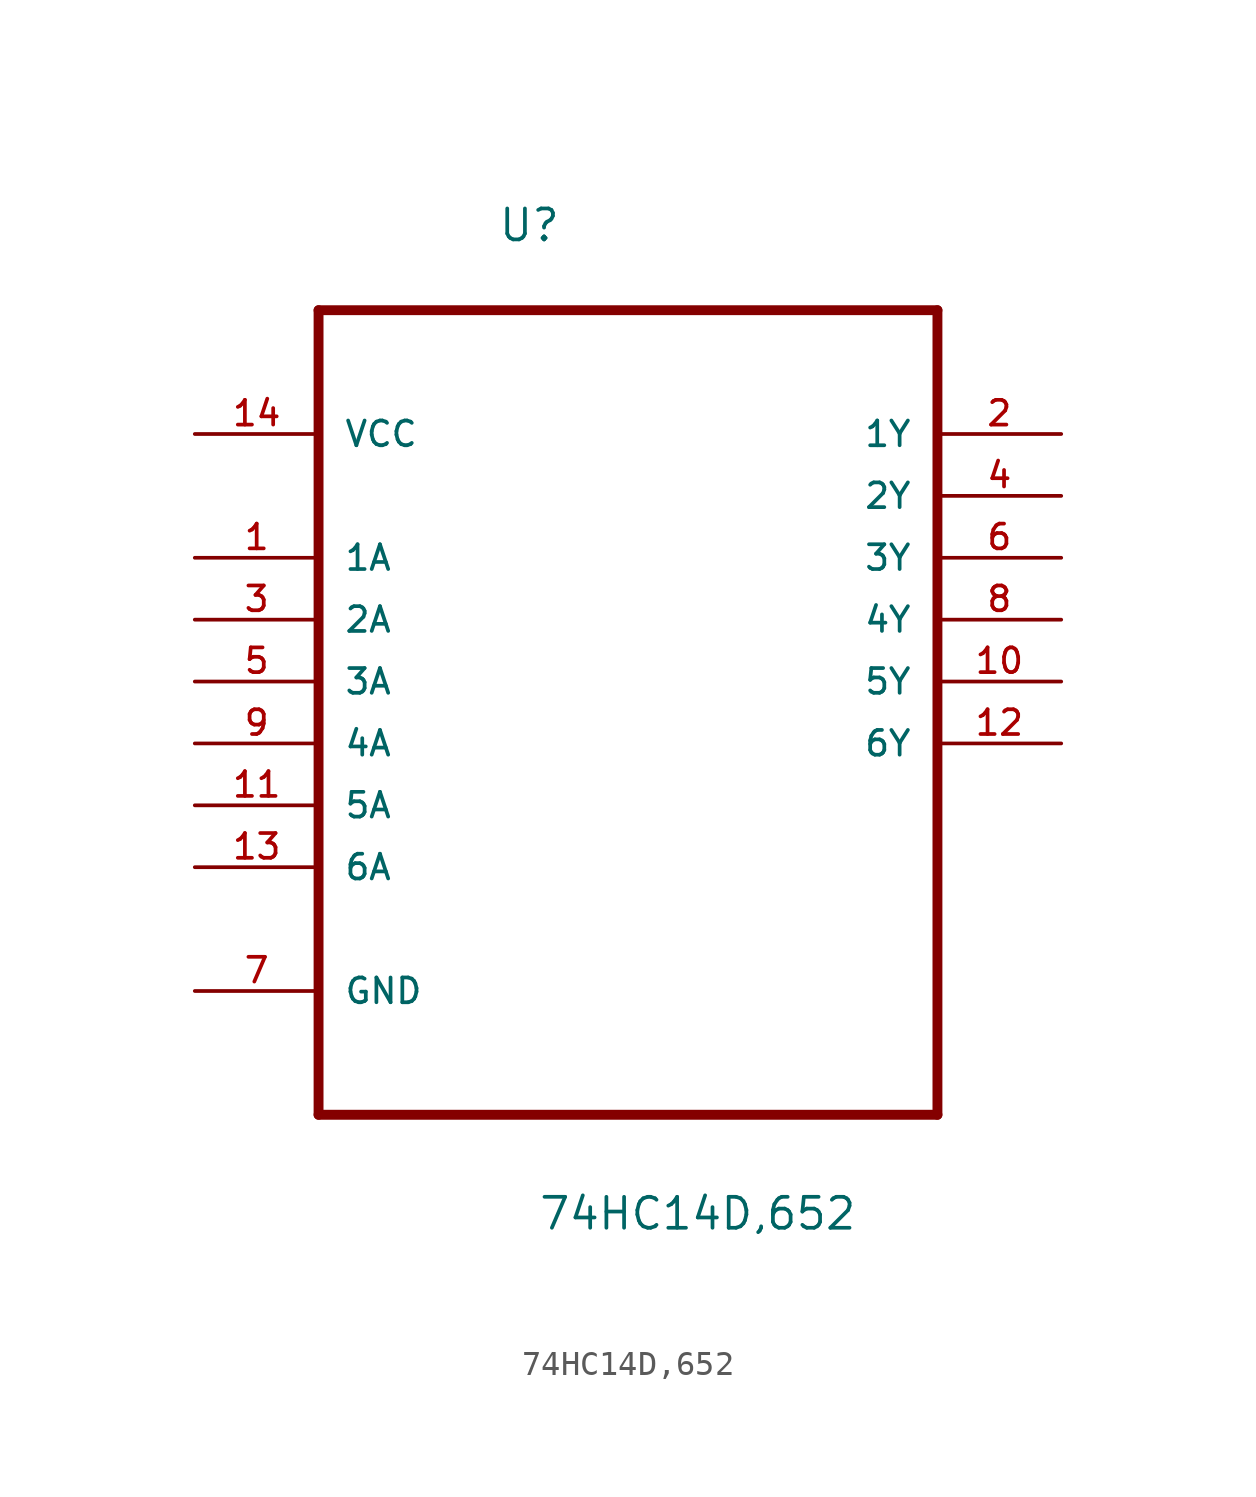
<source format=kicad_sym>
(kicad_symbol_lib
  (version 20220914)
  (generator kicad_symbol_editor)
  (symbol "74HC14D,652"
    (pin_names
      (offset 1.016))
    (property "Reference" "U"
      (at -5.359 15.443 0)
      (effects (font (size 1.27 1.27)) (justify left bottom)))
    (property "Value" "74HC14D,652"
      (at -3.708 -25.121 0)
      (effects (font (size 1.27 1.27)) (justify left bottom)))
    (property "ki_locked" ""
      (at 0 0 0)
      (effects (font (size 1.27 1.27))))
    (symbol "74HC14D,652_0_0"
      (polyline (pts (xy -12.7 -20.32) (xy 12.7 -20.32)) (stroke (width 0.406) (type solid)) (fill (type none)))
      (polyline (pts (xy -12.7 12.7) (xy -12.7 -20.32)) (stroke (width 0.406) (type solid)) (fill (type none)))
      (polyline (pts (xy 12.7 -20.32) (xy 12.7 12.7)) (stroke (width 0.406) (type solid)) (fill (type none)))
      (polyline (pts (xy 12.7 12.7) (xy -12.7 12.7)) (stroke (width 0.406) (type solid)) (fill (type none)))
      (pin input line (at -17.78 2.54 0) (length 5.08) (name "1A" (effects (font (size 1.016 1.016)))) (number "1" (effects (font (size 1.016 1.016)))))
      (pin output line (at 17.78 -2.54 180) (length 5.08) (name "5Y" (effects (font (size 1.016 1.016)))) (number "10" (effects (font (size 1.016 1.016)))))
      (pin input line (at -17.78 -7.62 0) (length 5.08) (name "5A" (effects (font (size 1.016 1.016)))) (number "11" (effects (font (size 1.016 1.016)))))
      (pin output line (at 17.78 -5.08 180) (length 5.08) (name "6Y" (effects (font (size 1.016 1.016)))) (number "12" (effects (font (size 1.016 1.016)))))
      (pin input line (at -17.78 -10.16 0) (length 5.08) (name "6A" (effects (font (size 1.016 1.016)))) (number "13" (effects (font (size 1.016 1.016)))))
      (pin power_in line (at -17.78 7.62 0) (length 5.08) (name "VCC" (effects (font (size 1.016 1.016)))) (number "14" (effects (font (size 1.016 1.016)))))
      (pin output line (at 17.78 7.62 180) (length 5.08) (name "1Y" (effects (font (size 1.016 1.016)))) (number "2" (effects (font (size 1.016 1.016)))))
      (pin input line (at -17.78 0 0) (length 5.08) (name "2A" (effects (font (size 1.016 1.016)))) (number "3" (effects (font (size 1.016 1.016)))))
      (pin output line (at 17.78 5.08 180) (length 5.08) (name "2Y" (effects (font (size 1.016 1.016)))) (number "4" (effects (font (size 1.016 1.016)))))
      (pin input line (at -17.78 -2.54 0) (length 5.08) (name "3A" (effects (font (size 1.016 1.016)))) (number "5" (effects (font (size 1.016 1.016)))))
      (pin output line (at 17.78 2.54 180) (length 5.08) (name "3Y" (effects (font (size 1.016 1.016)))) (number "6" (effects (font (size 1.016 1.016)))))
      (pin passive line (at -17.78 -15.24 0) (length 5.08) (name "GND" (effects (font (size 1.016 1.016)))) (number "7" (effects (font (size 1.016 1.016)))))
      (pin output line (at 17.78 0 180) (length 5.08) (name "4Y" (effects (font (size 1.016 1.016)))) (number "8" (effects (font (size 1.016 1.016)))))
      (pin input line (at -17.78 -5.08 0) (length 5.08) (name "4A" (effects (font (size 1.016 1.016)))) (number "9" (effects (font (size 1.016 1.016))))))))
</source>
